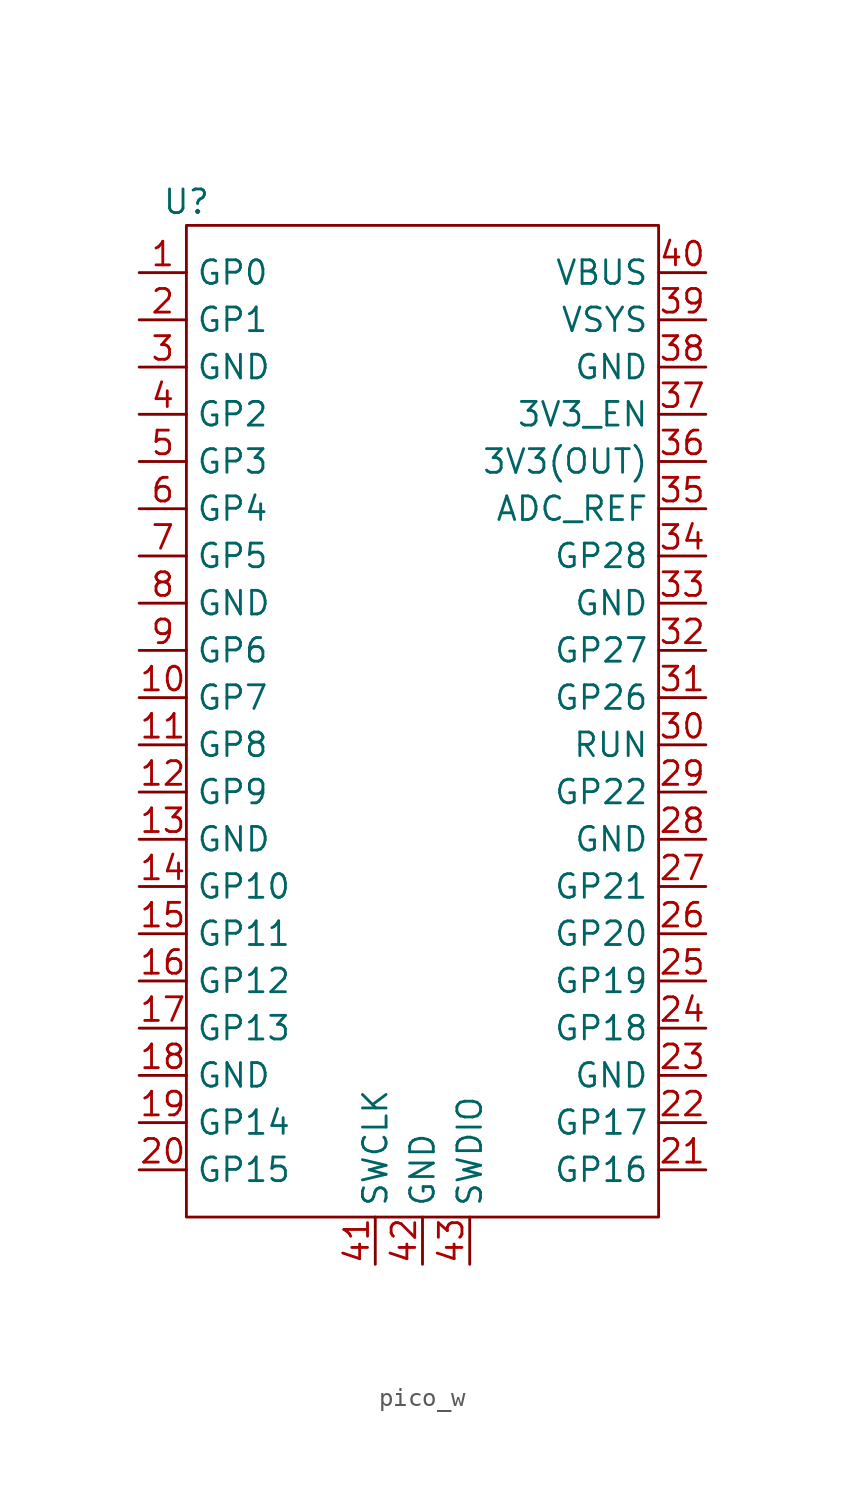
<source format=kicad_sym>
(kicad_symbol_lib
  (version 20220914)
  (generator kicad_symbol_editor)
  (symbol "pico_w"
    (property "Reference" "U"
      (at 0 0 0)
      (effects (font (size 1.27 1.27))))
    (property "Value" ""
      (at 0 0 0)
      (effects (font (size 1.27 1.27))))
    (symbol "pico_w_1_1"
      (rectangle (start 0 -1.27) (end 25.4 -54.61) (stroke (width 0) (type default)) (fill (type none)))
      (pin bidirectional line (at -2.54 -3.81 0) (length 2.54) (name "GP0" (effects (font (size 1.27 1.27)))) (number "1" (effects (font (size 1.27 1.27)))))
      (pin bidirectional line (at -2.54 -26.67 0) (length 2.54) (name "GP7" (effects (font (size 1.27 1.27)))) (number "10" (effects (font (size 1.27 1.27)))))
      (pin bidirectional line (at -2.54 -29.21 0) (length 2.54) (name "GP8" (effects (font (size 1.27 1.27)))) (number "11" (effects (font (size 1.27 1.27)))))
      (pin bidirectional line (at -2.54 -31.75 0) (length 2.54) (name "GP9" (effects (font (size 1.27 1.27)))) (number "12" (effects (font (size 1.27 1.27)))))
      (pin power_in line (at -2.54 -34.29 0) (length 2.54) (name "GND" (effects (font (size 1.27 1.27)))) (number "13" (effects (font (size 1.27 1.27)))))
      (pin bidirectional line (at -2.54 -36.83 0) (length 2.54) (name "GP10" (effects (font (size 1.27 1.27)))) (number "14" (effects (font (size 1.27 1.27)))))
      (pin bidirectional line (at -2.54 -39.37 0) (length 2.54) (name "GP11" (effects (font (size 1.27 1.27)))) (number "15" (effects (font (size 1.27 1.27)))))
      (pin bidirectional line (at -2.54 -41.91 0) (length 2.54) (name "GP12" (effects (font (size 1.27 1.27)))) (number "16" (effects (font (size 1.27 1.27)))))
      (pin bidirectional line (at -2.54 -44.45 0) (length 2.54) (name "GP13" (effects (font (size 1.27 1.27)))) (number "17" (effects (font (size 1.27 1.27)))))
      (pin power_in line (at -2.54 -46.99 0) (length 2.54) (name "GND" (effects (font (size 1.27 1.27)))) (number "18" (effects (font (size 1.27 1.27)))))
      (pin bidirectional line (at -2.54 -49.53 0) (length 2.54) (name "GP14" (effects (font (size 1.27 1.27)))) (number "19" (effects (font (size 1.27 1.27)))))
      (pin bidirectional line (at -2.54 -6.35 0) (length 2.54) (name "GP1" (effects (font (size 1.27 1.27)))) (number "2" (effects (font (size 1.27 1.27)))))
      (pin bidirectional line (at -2.54 -52.07 0) (length 2.54) (name "GP15" (effects (font (size 1.27 1.27)))) (number "20" (effects (font (size 1.27 1.27)))))
      (pin bidirectional line (at 27.94 -52.07 180) (length 2.54) (name "GP16" (effects (font (size 1.27 1.27)))) (number "21" (effects (font (size 1.27 1.27)))))
      (pin bidirectional line (at 27.94 -49.53 180) (length 2.54) (name "GP17" (effects (font (size 1.27 1.27)))) (number "22" (effects (font (size 1.27 1.27)))))
      (pin power_in line (at 27.94 -46.99 180) (length 2.54) (name "GND" (effects (font (size 1.27 1.27)))) (number "23" (effects (font (size 1.27 1.27)))))
      (pin bidirectional line (at 27.94 -44.45 180) (length 2.54) (name "GP18" (effects (font (size 1.27 1.27)))) (number "24" (effects (font (size 1.27 1.27)))))
      (pin bidirectional line (at 27.94 -41.91 180) (length 2.54) (name "GP19" (effects (font (size 1.27 1.27)))) (number "25" (effects (font (size 1.27 1.27)))))
      (pin bidirectional line (at 27.94 -39.37 180) (length 2.54) (name "GP20" (effects (font (size 1.27 1.27)))) (number "26" (effects (font (size 1.27 1.27)))))
      (pin bidirectional line (at 27.94 -36.83 180) (length 2.54) (name "GP21" (effects (font (size 1.27 1.27)))) (number "27" (effects (font (size 1.27 1.27)))))
      (pin power_in line (at 27.94 -34.29 180) (length 2.54) (name "GND" (effects (font (size 1.27 1.27)))) (number "28" (effects (font (size 1.27 1.27)))))
      (pin bidirectional line (at 27.94 -31.75 180) (length 2.54) (name "GP22" (effects (font (size 1.27 1.27)))) (number "29" (effects (font (size 1.27 1.27)))))
      (pin power_in line (at -2.54 -8.89 0) (length 2.54) (name "GND" (effects (font (size 1.27 1.27)))) (number "3" (effects (font (size 1.27 1.27)))))
      (pin input line (at 27.94 -29.21 180) (length 2.54) (name "RUN" (effects (font (size 1.27 1.27)))) (number "30" (effects (font (size 1.27 1.27)))))
      (pin bidirectional line (at 27.94 -26.67 180) (length 2.54) (name "GP26" (effects (font (size 1.27 1.27)))) (number "31" (effects (font (size 1.27 1.27)))))
      (pin bidirectional line (at 27.94 -24.13 180) (length 2.54) (name "GP27" (effects (font (size 1.27 1.27)))) (number "32" (effects (font (size 1.27 1.27)))))
      (pin power_in line (at 27.94 -21.59 180) (length 2.54) (name "GND" (effects (font (size 1.27 1.27)))) (number "33" (effects (font (size 1.27 1.27)))))
      (pin bidirectional line (at 27.94 -19.05 180) (length 2.54) (name "GP28" (effects (font (size 1.27 1.27)))) (number "34" (effects (font (size 1.27 1.27)))))
      (pin input line (at 27.94 -16.51 180) (length 2.54) (name "ADC_REF" (effects (font (size 1.27 1.27)))) (number "35" (effects (font (size 1.27 1.27)))))
      (pin power_out line (at 27.94 -13.97 180) (length 2.54) (name "3V3(OUT)" (effects (font (size 1.27 1.27)))) (number "36" (effects (font (size 1.27 1.27)))))
      (pin input line (at 27.94 -11.43 180) (length 2.54) (name "3V3_EN" (effects (font (size 1.27 1.27)))) (number "37" (effects (font (size 1.27 1.27)))))
      (pin power_in line (at 27.94 -8.89 180) (length 2.54) (name "GND" (effects (font (size 1.27 1.27)))) (number "38" (effects (font (size 1.27 1.27)))))
      (pin power_in line (at 27.94 -6.35 180) (length 2.54) (name "VSYS" (effects (font (size 1.27 1.27)))) (number "39" (effects (font (size 1.27 1.27)))))
      (pin bidirectional line (at -2.54 -11.43 0) (length 2.54) (name "GP2" (effects (font (size 1.27 1.27)))) (number "4" (effects (font (size 1.27 1.27)))))
      (pin power_out line (at 27.94 -3.81 180) (length 2.54) (name "VBUS" (effects (font (size 1.27 1.27)))) (number "40" (effects (font (size 1.27 1.27)))))
      (pin bidirectional line (at 10.16 -57.15 90) (length 2.54) (name "SWCLK" (effects (font (size 1.27 1.27)))) (number "41" (effects (font (size 1.27 1.27)))))
      (pin power_in line (at 12.7 -57.15 90) (length 2.54) (name "GND" (effects (font (size 1.27 1.27)))) (number "42" (effects (font (size 1.27 1.27)))))
      (pin bidirectional line (at 15.24 -57.15 90) (length 2.54) (name "SWDIO" (effects (font (size 1.27 1.27)))) (number "43" (effects (font (size 1.27 1.27)))))
      (pin bidirectional line (at -2.54 -13.97 0) (length 2.54) (name "GP3" (effects (font (size 1.27 1.27)))) (number "5" (effects (font (size 1.27 1.27)))))
      (pin bidirectional line (at -2.54 -16.51 0) (length 2.54) (name "GP4" (effects (font (size 1.27 1.27)))) (number "6" (effects (font (size 1.27 1.27)))))
      (pin bidirectional line (at -2.54 -19.05 0) (length 2.54) (name "GP5" (effects (font (size 1.27 1.27)))) (number "7" (effects (font (size 1.27 1.27)))))
      (pin power_in line (at -2.54 -21.59 0) (length 2.54) (name "GND" (effects (font (size 1.27 1.27)))) (number "8" (effects (font (size 1.27 1.27)))))
      (pin bidirectional line (at -2.54 -24.13 0) (length 2.54) (name "GP6" (effects (font (size 1.27 1.27)))) (number "9" (effects (font (size 1.27 1.27))))))))
</source>
